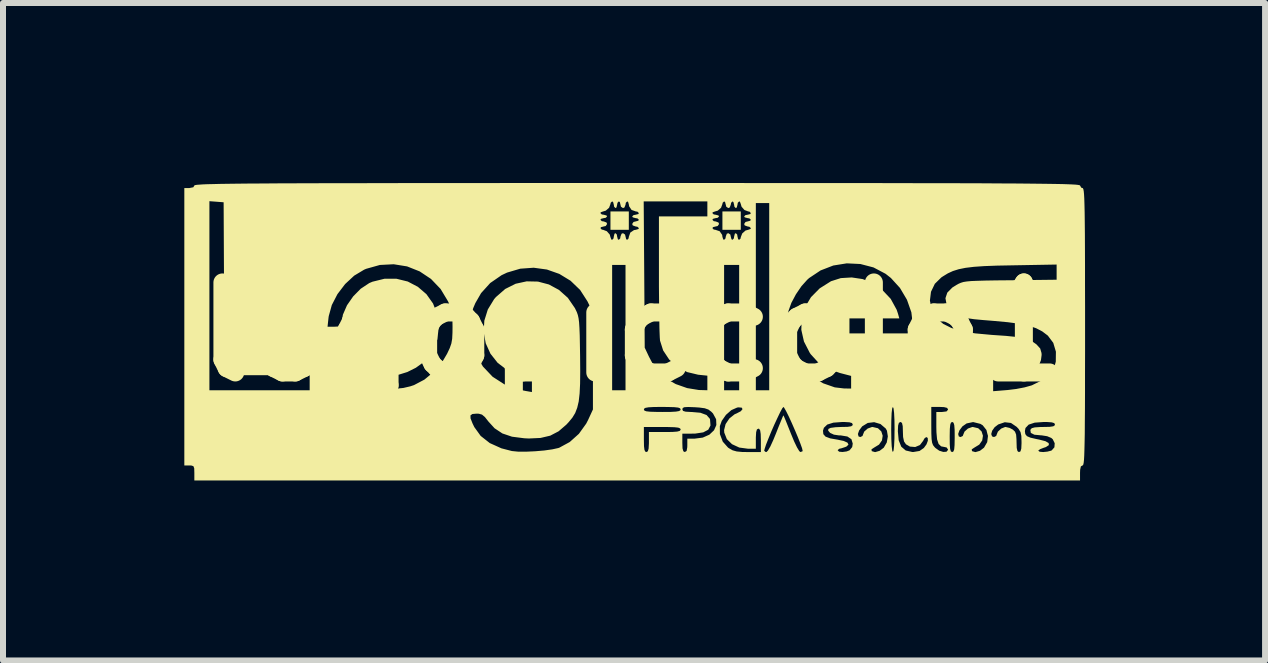
<source format=kicad_pcb>
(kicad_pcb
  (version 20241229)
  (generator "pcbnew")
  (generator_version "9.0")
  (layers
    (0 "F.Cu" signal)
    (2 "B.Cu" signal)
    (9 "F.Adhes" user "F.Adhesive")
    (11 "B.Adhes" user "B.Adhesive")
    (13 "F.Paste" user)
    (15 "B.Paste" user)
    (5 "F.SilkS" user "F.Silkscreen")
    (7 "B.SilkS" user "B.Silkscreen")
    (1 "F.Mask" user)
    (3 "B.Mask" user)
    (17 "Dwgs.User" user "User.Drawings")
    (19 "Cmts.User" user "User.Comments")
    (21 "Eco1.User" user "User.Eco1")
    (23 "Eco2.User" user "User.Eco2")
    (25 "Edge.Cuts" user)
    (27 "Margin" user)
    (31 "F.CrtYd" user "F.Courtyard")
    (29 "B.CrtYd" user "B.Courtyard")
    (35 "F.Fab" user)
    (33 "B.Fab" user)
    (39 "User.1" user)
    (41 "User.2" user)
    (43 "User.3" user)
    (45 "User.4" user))
  (footprint "logopiccolo1"
    (layer "F.Cu")
    (at 7.514 2.479)
    (property "Reference" "logopiccolo1" (at 0 0 0) (layer "F.SilkS") (effects (font (size 1.5 1.5) (thickness 0.3))))
    (attr board_only exclude_from_pos_files exclude_from_bom)
    (fp_poly (pts (xy -0.084 -1.852) (xy -0.084 -1.699) (xy -0.237 -1.699) (xy -0.39 -1.699) (xy -0.39 -1.852) (xy -0.39 -2.005) (xy -0.237 -2.005) (xy -0.084 -2.005)) (stroke (width 0) (type solid)) (fill yes) (layer "F.SilkS"))
    (fp_poly (pts (xy 1.782 -1.852) (xy 1.782 -1.699) (xy 1.629 -1.699) (xy 1.476 -1.699) (xy 1.476 -1.852) (xy 1.476 -2.005) (xy 1.629 -2.005) (xy 1.782 -2.005)) (stroke (width 0) (type solid)) (fill yes) (layer "F.SilkS"))
    (fp_poly (pts (xy 0.82 -2.479) (xy 1.53 -2.479) (xy 2.189 -2.478) (xy 2.798 -2.478) (xy 3.358 -2.478) (xy 3.873 -2.478) (xy 4.343 -2.477) (xy 4.771 -2.476) (xy 5.159 -2.476) (xy 5.508 -2.475) (xy 5.821 -2.474) (xy 6.099 -2.472) (xy 6.344 -2.471) (xy 6.559 -2.469) (xy 6.745 -2.467) (xy 6.903 -2.465) (xy 7.037 -2.463) (xy 7.148 -2.461) (xy 7.237 -2.458) (xy 7.307 -2.455) (xy 7.36 -2.452) (xy 7.397 -2.448) (xy 7.421 -2.444) (xy 7.434 -2.44) (xy 7.436 -2.437) (xy 7.458 -2.4) (xy 7.478 -2.395) (xy 7.485 -2.39) (xy 7.492 -2.373) (xy 7.498 -2.341) (xy 7.503 -2.289) (xy 7.507 -2.215) (xy 7.51 -2.116) (xy 7.513 -1.987) (xy 7.515 -1.825) (xy 7.517 -1.628) (xy 7.518 -1.391) (xy 7.519 -1.111) (xy 7.519 -0.785) (xy 7.52 -0.41) (xy 7.52 -0.084) (xy 7.52 0.333) (xy 7.519 0.697) (xy 7.519 1.012) (xy 7.518 1.281) (xy 7.516 1.509) (xy 7.515 1.698) (xy 7.512 1.852) (xy 7.509 1.974) (xy 7.506 2.067) (xy 7.502 2.136) (xy 7.497 2.182) (xy 7.491 2.211) (xy 7.484 2.225) (xy 7.478 2.228) (xy 7.45 2.244) (xy 7.438 2.3) (xy 7.436 2.353) (xy 7.436 2.479) (xy 0.056 2.479) (xy -7.325 2.479) (xy -7.325 2.353) (xy -7.327 2.276) (xy -7.341 2.24) (xy -7.377 2.229) (xy -7.408 2.228) (xy -7.492 2.228) (xy -7.492 1.394) (xy -2.723 1.394) (xy -2.722 1.443) (xy -2.689 1.527) (xy -2.659 1.589) (xy -2.553 1.736) (xy -2.402 1.855) (xy -2.207 1.943) (xy -2.033 1.988) (xy -1.933 1.998) (xy -1.798 1.999) (xy -1.646 1.992) (xy -1.494 1.979) (xy -1.359 1.96) (xy -1.259 1.938) (xy -1.242 1.932) (xy -1.069 1.838) (xy -1.022 1.796) (xy 0.167 1.796) (xy 0.169 1.907) (xy 0.177 1.971) (xy 0.193 2) (xy 0.209 2.005) (xy 0.233 1.992) (xy 0.246 1.947) (xy 0.251 1.858) (xy 0.251 1.838) (xy 0.251 1.671) (xy 0.515 1.671) (xy 0.641 1.67) (xy 0.721 1.664) (xy 0.764 1.653) (xy 0.779 1.635) (xy 0.78 1.629) (xy 0.771 1.611) (xy 0.739 1.598) (xy 0.675 1.591) (xy 0.569 1.588) (xy 0.473 1.587) (xy 0.167 1.587) (xy 0.167 1.796) (xy -1.022 1.796) (xy -0.916 1.701) (xy -0.794 1.531) (xy -0.763 1.471) (xy -0.682 1.295) (xy 0.167 1.295) (xy 0.176 1.314) (xy 0.208 1.326) (xy 0.272 1.333) (xy 0.378 1.336) (xy 0.473 1.337) (xy 0.611 1.336) (xy 0.701 1.331) (xy 0.753 1.322) (xy 0.776 1.308) (xy 0.78 1.295) (xy 0.778 1.292) (xy 0.808 1.292) (xy 0.819 1.319) (xy 0.861 1.332) (xy 0.946 1.337) (xy 0.96 1.337) (xy 1.109 1.35) (xy 1.212 1.388) (xy 1.266 1.45) (xy 1.27 1.465) (xy 1.277 1.563) (xy 1.24 1.633) (xy 1.156 1.677) (xy 1.024 1.697) (xy 0.968 1.698) (xy 0.808 1.699) (xy 0.808 1.852) (xy 0.811 1.944) (xy 0.825 1.992) (xy 0.849 2.005) (xy 0.879 1.987) (xy 0.89 1.926) (xy 0.891 1.894) (xy 0.891 1.782) (xy 1.01 1.782) (xy 1.149 1.764) (xy 1.259 1.715) (xy 1.336 1.642) (xy 1.367 1.573) (xy 1.433 1.573) (xy 1.434 1.706) (xy 1.482 1.832) (xy 1.57 1.931) (xy 1.586 1.942) (xy 1.646 1.976) (xy 1.714 1.995) (xy 1.807 2.004) (xy 1.898 2.005) (xy 2.117 2.005) (xy 2.117 1.984) (xy 2.172 1.984) (xy 2.195 2.003) (xy 2.21 2.005) (xy 2.235 1.98) (xy 2.275 1.911) (xy 2.323 1.806) (xy 2.367 1.699) (xy 2.414 1.58) (xy 2.454 1.482) (xy 2.481 1.416) (xy 2.493 1.393) (xy 2.504 1.417) (xy 2.532 1.483) (xy 2.571 1.581) (xy 2.618 1.699) (xy 2.671 1.827) (xy 2.719 1.927) (xy 2.756 1.988) (xy 2.775 2.005) (xy 2.81 1.993) (xy 2.813 1.984) (xy 2.803 1.94) (xy 2.774 1.86) (xy 2.733 1.756) (xy 2.688 1.649) (xy 3.152 1.649) (xy 3.158 1.707) (xy 3.195 1.748) (xy 3.272 1.777) (xy 3.393 1.798) (xy 3.497 1.82) (xy 3.56 1.848) (xy 3.577 1.881) (xy 3.545 1.912) (xy 3.524 1.921) (xy 3.461 1.942) (xy 3.424 1.95) (xy 3.399 1.971) (xy 3.398 1.977) (xy 3.421 1.999) (xy 3.477 2.004) (xy 3.546 1.995) (xy 3.595 1.976) (xy 3.639 1.922) (xy 3.648 1.864) (xy 3.626 1.791) (xy 3.559 1.746) (xy 3.444 1.727) (xy 3.415 1.727) (xy 3.334 1.715) (xy 3.311 1.704) (xy 3.734 1.704) (xy 3.745 1.745) (xy 3.774 1.755) (xy 3.811 1.737) (xy 3.816 1.722) (xy 3.839 1.664) (xy 3.897 1.613) (xy 3.967 1.588) (xy 3.978 1.587) (xy 4.068 1.608) (xy 4.124 1.661) (xy 4.147 1.733) (xy 4.135 1.811) (xy 4.086 1.881) (xy 4.004 1.931) (xy 3.96 1.96) (xy 3.965 1.99) (xy 4.016 2.005) (xy 4.026 2.005) (xy 4.097 1.984) (xy 4.165 1.932) (xy 4.215 1.846) (xy 4.233 1.744) (xy 4.218 1.649) (xy 4.207 1.629) (xy 4.289 1.629) (xy 4.291 1.788) (xy 4.297 1.907) (xy 4.306 1.981) (xy 4.317 2.005) (xy 4.329 1.978) (xy 4.337 1.901) (xy 4.343 1.779) (xy 4.344 1.658) (xy 4.4 1.658) (xy 4.4 1.659) (xy 4.414 1.81) (xy 4.457 1.916) (xy 4.531 1.979) (xy 4.64 2.004) (xy 4.659 2.004) (xy 4.761 1.987) (xy 4.833 1.937) (xy 4.877 1.877) (xy 4.9 1.816) (xy 4.898 1.77) (xy 4.873 1.755) (xy 4.843 1.778) (xy 4.82 1.82) (xy 4.768 1.888) (xy 4.689 1.921) (xy 4.601 1.914) (xy 4.535 1.876) (xy 4.503 1.829) (xy 4.487 1.754) (xy 4.484 1.667) (xy 4.481 1.571) (xy 4.478 1.561) (xy 4.957 1.561) (xy 4.958 1.697) (xy 4.962 1.789) (xy 4.971 1.85) (xy 4.987 1.891) (xy 5.013 1.924) (xy 5.026 1.937) (xy 5.089 1.982) (xy 5.156 2.003) (xy 5.21 2) (xy 5.236 1.969) (xy 5.236 1.963) (xy 5.213 1.929) (xy 5.182 1.922) (xy 5.121 1.91) (xy 5.079 1.87) (xy 5.054 1.795) (xy 5.05 1.755) (xy 5.264 1.755) (xy 5.265 1.877) (xy 5.271 1.953) (xy 5.283 1.993) (xy 5.303 2.005) (xy 5.306 2.005) (xy 5.326 1.995) (xy 5.339 1.96) (xy 5.345 1.889) (xy 5.347 1.773) (xy 5.347 1.755) (xy 5.347 1.704) (xy 5.405 1.704) (xy 5.416 1.745) (xy 5.445 1.755) (xy 5.482 1.737) (xy 5.487 1.722) (xy 5.511 1.664) (xy 5.568 1.613) (xy 5.638 1.588) (xy 5.649 1.587) (xy 5.739 1.608) (xy 5.795 1.661) (xy 5.818 1.733) (xy 5.806 1.811) (xy 5.757 1.881) (xy 5.675 1.931) (xy 5.631 1.96) (xy 5.636 1.99) (xy 5.688 2.005) (xy 5.697 2.005) (xy 5.768 1.984) (xy 5.836 1.932) (xy 5.889 1.84) (xy 5.902 1.736) (xy 5.893 1.705) (xy 5.956 1.705) (xy 5.97 1.744) (xy 6.002 1.755) (xy 6.039 1.737) (xy 6.044 1.722) (xy 6.067 1.665) (xy 6.122 1.614) (xy 6.186 1.588) (xy 6.195 1.587) (xy 6.263 1.603) (xy 6.316 1.631) (xy 6.352 1.665) (xy 6.371 1.714) (xy 6.377 1.795) (xy 6.378 1.84) (xy 6.381 1.936) (xy 6.393 1.988) (xy 6.415 2.005) (xy 6.42 2.005) (xy 6.444 1.993) (xy 6.457 1.947) (xy 6.461 1.859) (xy 6.461 1.836) (xy 6.458 1.736) (xy 6.444 1.671) (xy 6.435 1.657) (xy 6.517 1.657) (xy 6.524 1.706) (xy 6.551 1.74) (xy 6.609 1.765) (xy 6.708 1.788) (xy 6.754 1.797) (xy 6.859 1.824) (xy 6.913 1.855) (xy 6.917 1.889) (xy 6.867 1.922) (xy 6.83 1.934) (xy 6.769 1.958) (xy 6.74 1.981) (xy 6.74 1.983) (xy 6.764 2) (xy 6.821 2.005) (xy 6.891 1.998) (xy 6.954 1.982) (xy 6.965 1.976) (xy 7.009 1.926) (xy 7.014 1.858) (xy 6.981 1.791) (xy 6.957 1.77) (xy 6.888 1.741) (xy 6.799 1.727) (xy 6.782 1.726) (xy 6.675 1.716) (xy 6.616 1.686) (xy 6.608 1.637) (xy 6.61 1.632) (xy 6.632 1.607) (xy 6.681 1.594) (xy 6.771 1.588) (xy 6.823 1.587) (xy 6.929 1.585) (xy 6.99 1.576) (xy 7.015 1.559) (xy 7.018 1.546) (xy 7.007 1.523) (xy 6.965 1.51) (xy 6.882 1.504) (xy 6.83 1.504) (xy 6.68 1.515) (xy 6.58 1.548) (xy 6.527 1.604) (xy 6.517 1.657) (xy 6.435 1.657) (xy 6.412 1.619) (xy 6.38 1.585) (xy 6.285 1.52) (xy 6.182 1.508) (xy 6.073 1.545) (xy 6.013 1.591) (xy 5.972 1.649) (xy 5.956 1.705) (xy 5.893 1.705) (xy 5.876 1.637) (xy 5.814 1.559) (xy 5.775 1.535) (xy 5.654 1.505) (xy 5.546 1.528) (xy 5.476 1.577) (xy 5.426 1.644) (xy 5.405 1.704) (xy 5.347 1.704) (xy 5.346 1.632) (xy 5.34 1.556) (xy 5.328 1.517) (xy 5.309 1.504) (xy 5.306 1.504) (xy 5.285 1.514) (xy 5.273 1.549) (xy 5.266 1.62) (xy 5.264 1.736) (xy 5.264 1.755) (xy 5.05 1.755) (xy 5.043 1.676) (xy 5.041 1.586) (xy 5.041 1.337) (xy 5.138 1.337) (xy 5.211 1.328) (xy 5.236 1.299) (xy 5.236 1.295) (xy 5.221 1.269) (xy 5.169 1.256) (xy 5.097 1.253) (xy 4.957 1.253) (xy 4.957 1.561) (xy 4.478 1.561) (xy 4.469 1.52) (xy 4.446 1.504) (xy 4.442 1.504) (xy 4.417 1.518) (xy 4.404 1.565) (xy 4.4 1.658) (xy 4.344 1.658) (xy 4.345 1.629) (xy 4.343 1.47) (xy 4.337 1.351) (xy 4.328 1.277) (xy 4.317 1.253) (xy 4.305 1.28) (xy 4.296 1.357) (xy 4.291 1.479) (xy 4.289 1.629) (xy 4.207 1.629) (xy 4.198 1.613) (xy 4.11 1.538) (xy 4.005 1.507) (xy 3.898 1.52) (xy 3.805 1.577) (xy 3.755 1.644) (xy 3.734 1.704) (xy 3.311 1.704) (xy 3.271 1.686) (xy 3.238 1.647) (xy 3.242 1.62) (xy 3.28 1.602) (xy 3.363 1.591) (xy 3.455 1.587) (xy 3.561 1.585) (xy 3.621 1.576) (xy 3.646 1.558) (xy 3.648 1.546) (xy 3.636 1.522) (xy 3.592 1.509) (xy 3.506 1.504) (xy 3.474 1.504) (xy 3.325 1.515) (xy 3.223 1.547) (xy 3.167 1.601) (xy 3.152 1.649) (xy 2.688 1.649) (xy 2.684 1.64) (xy 2.632 1.521) (xy 2.582 1.412) (xy 2.538 1.324) (xy 2.506 1.268) (xy 2.493 1.253) (xy 2.473 1.277) (xy 2.438 1.342) (xy 2.393 1.436) (xy 2.341 1.548) (xy 2.289 1.667) (xy 2.242 1.782) (xy 2.203 1.881) (xy 2.179 1.954) (xy 2.172 1.984) (xy 2.117 1.984) (xy 2.117 1.81) (xy 2.114 1.704) (xy 2.105 1.644) (xy 2.088 1.618) (xy 2.075 1.615) (xy 2.051 1.628) (xy 2.038 1.674) (xy 2.033 1.762) (xy 2.033 1.782) (xy 2.033 1.95) (xy 1.905 1.95) (xy 1.757 1.93) (xy 1.636 1.874) (xy 1.55 1.79) (xy 1.507 1.682) (xy 1.504 1.638) (xy 1.529 1.539) (xy 1.592 1.445) (xy 1.68 1.375) (xy 1.711 1.362) (xy 1.782 1.325) (xy 1.811 1.29) (xy 1.798 1.265) (xy 1.741 1.26) (xy 1.72 1.264) (xy 1.625 1.306) (xy 1.535 1.385) (xy 1.465 1.485) (xy 1.433 1.573) (xy 1.367 1.573) (xy 1.375 1.554) (xy 1.371 1.458) (xy 1.319 1.362) (xy 1.291 1.333) (xy 1.243 1.297) (xy 1.181 1.275) (xy 1.09 1.263) (xy 1.015 1.258) (xy 0.907 1.254) (xy 0.844 1.257) (xy 0.815 1.27) (xy 0.808 1.292) (xy 0.778 1.292) (xy 0.771 1.276) (xy 0.739 1.264) (xy 0.675 1.257) (xy 0.569 1.254) (xy 0.473 1.253) (xy 0.336 1.254) (xy 0.246 1.259) (xy 0.194 1.268) (xy 0.171 1.282) (xy 0.167 1.295) (xy -0.682 1.295) (xy -0.682 0.487) (xy -0.682 -0.07) (xy -0.362 -0.07) (xy -0.362 0.975) (xy -0.251 0.975) (xy -0.139 0.975) (xy -0.139 -0.07) (xy -0.139 -1.114) (xy -0.251 -1.114) (xy -0.362 -1.114) (xy -0.362 -0.07) (xy -0.682 -0.07) (xy -0.682 -0.321) (xy -0.774 -0.508) (xy -0.896 -0.697) (xy -1.055 -0.85) (xy -1.242 -0.964) (xy -1.449 -1.037) (xy -1.669 -1.067) (xy -1.893 -1.051) (xy -2.113 -0.986) (xy -2.204 -0.943) (xy -2.394 -0.812) (xy -2.546 -0.644) (xy -2.642 -0.477) (xy -2.678 -0.392) (xy -2.7 -0.312) (xy -2.712 -0.22) (xy -2.715 -0.097) (xy -2.715 -0.056) (xy -2.713 0.079) (xy -2.704 0.178) (xy -2.686 0.259) (xy -2.654 0.34) (xy -2.641 0.367) (xy -2.515 0.58) (xy -2.354 0.75) (xy -2.158 0.876) (xy -1.925 0.962) (xy -1.803 0.987) (xy -1.699 1.005) (xy -1.699 0.882) (xy -1.699 0.759) (xy -1.831 0.741) (xy -1.933 0.716) (xy -2.047 0.672) (xy -2.108 0.641) (xy -2.27 0.518) (xy -2.39 0.366) (xy -2.469 0.192) (xy -2.503 0.005) (xy -2.492 -0.185) (xy -2.434 -0.371) (xy -2.329 -0.543) (xy -2.299 -0.578) (xy -2.144 -0.713) (xy -1.97 -0.8) (xy -1.786 -0.84) (xy -1.598 -0.836) (xy -1.416 -0.788) (xy -1.248 -0.697) (xy -1.1 -0.565) (xy -0.982 -0.393) (xy -0.972 -0.372) (xy -0.95 -0.326) (xy -0.934 -0.28) (xy -0.922 -0.227) (xy -0.913 -0.159) (xy -0.907 -0.066) (xy -0.902 0.059) (xy -0.899 0.225) (xy -0.896 0.404) (xy -0.894 0.658) (xy -0.896 0.864) (xy -0.904 1.029) (xy -0.919 1.161) (xy -0.944 1.267) (xy -0.978 1.355) (xy -1.025 1.432) (xy -1.085 1.505) (xy -1.126 1.549) (xy -1.254 1.659) (xy -1.394 1.732) (xy -1.556 1.77) (xy -1.752 1.779) (xy -1.829 1.775) (xy -2.031 1.749) (xy -2.191 1.695) (xy -2.321 1.609) (xy -2.423 1.497) (xy -2.483 1.421) (xy -2.531 1.381) (xy -2.584 1.366) (xy -2.625 1.365) (xy -2.691 1.371) (xy -2.723 1.394) (xy -7.492 1.394) (xy -7.492 -0.084) (xy -7.492 -0.6) (xy -7.074 -0.6) (xy -7.074 0.975) (xy -6.239 0.975) (xy -5.403 0.975) (xy -5.403 0.849) (xy -5.403 0.724) (xy -6.113 0.724) (xy -6.823 0.724) (xy -6.827 -0.084) (xy -5.105 -0.084) (xy -4.989 -0.084) (xy -4.914 -0.088) (xy -4.88 -0.107) (xy -4.874 -0.134) (xy -4.849 -0.285) (xy -4.781 -0.441) (xy -4.678 -0.589) (xy -4.552 -0.717) (xy -4.41 -0.811) (xy -4.356 -0.834) (xy -4.153 -0.884) (xy -3.955 -0.883) (xy -3.768 -0.837) (xy -3.6 -0.749) (xy -3.457 -0.626) (xy -3.347 -0.471) (xy -3.276 -0.289) (xy -3.251 -0.085) (xy -3.251 -0.084) (xy -3.275 0.127) (xy -3.349 0.313) (xy -3.472 0.475) (xy -3.51 0.511) (xy -3.633 0.6) (xy -3.775 0.671) (xy -3.916 0.715) (xy -4 0.724) (xy -4.043 0.731) (xy -4.062 0.761) (xy -4.066 0.83) (xy -4.066 0.836) (xy -4.066 0.947) (xy -3.942 0.947) (xy -3.843 0.937) (xy -3.727 0.91) (xy -3.664 0.889) (xy -3.491 0.798) (xy -3.329 0.664) (xy -3.191 0.499) (xy -3.113 0.367) (xy -3.069 0.274) (xy -3.042 0.197) (xy -3.028 0.118) (xy -3.023 0.016) (xy -3.022 -0.083) (xy -3.024 -0.218) (xy -3.033 -0.317) (xy -3.052 -0.398) (xy -3.085 -0.481) (xy -3.097 -0.507) (xy -3.221 -0.713) (xy -3.381 -0.88) (xy -3.57 -1.006) (xy -3.779 -1.089) (xy -4.003 -1.125) (xy -4.233 -1.113) (xy -4.461 -1.049) (xy -4.496 -1.034) (xy -4.661 -0.935) (xy -4.812 -0.795) (xy -4.94 -0.627) (xy -5.034 -0.445) (xy -5.085 -0.261) (xy -5.089 -0.233) (xy -5.105 -0.084) (xy -6.827 -0.084) (xy -6.83 -0.717) (xy -6.836 -1.977) (xy -0.557 -1.977) (xy -0.534 -1.955) (xy -0.501 -1.95) (xy -0.456 -1.938) (xy -0.446 -1.922) (xy -0.469 -1.899) (xy -0.501 -1.894) (xy -0.547 -1.882) (xy -0.557 -1.866) (xy -0.534 -1.843) (xy -0.501 -1.838) (xy -0.456 -1.821) (xy -0.446 -1.796) (xy -0.469 -1.762) (xy -0.501 -1.755) (xy -0.547 -1.743) (xy -0.557 -1.727) (xy -0.534 -1.702) (xy -0.513 -1.699) (xy -0.45 -1.675) (xy -0.402 -1.62) (xy -0.39 -1.576) (xy -0.375 -1.537) (xy -0.362 -1.532) (xy -0.339 -1.555) (xy -0.334 -1.587) (xy -0.323 -1.633) (xy -0.306 -1.643) (xy -0.284 -1.62) (xy -0.279 -1.587) (xy -0.267 -1.542) (xy -0.251 -1.532) (xy -0.228 -1.555) (xy -0.223 -1.587) (xy -0.205 -1.633) (xy -0.181 -1.643) (xy -0.147 -1.62) (xy -0.139 -1.587) (xy -0.128 -1.542) (xy -0.111 -1.532) (xy -0.088 -1.555) (xy -0.084 -1.582) (xy -0.059 -1.653) (xy 0.002 -1.694) (xy 0.033 -1.699) (xy 0.076 -1.712) (xy 0.084 -1.727) (xy 0.06 -1.749) (xy 0.028 -1.755) (xy -0.018 -1.772) (xy -0.028 -1.796) (xy -0.005 -1.83) (xy 0.028 -1.838) (xy 0.073 -1.85) (xy 0.084 -1.866) (xy 0.06 -1.889) (xy 0.028 -1.894) (xy -0.017 -1.906) (xy -0.028 -1.922) (xy -0.005 -1.944) (xy 0.028 -1.95) (xy 0.073 -1.961) (xy 0.084 -1.977) (xy 0.06 -2.001) (xy 0.033 -2.005) (xy -0.038 -2.03) (xy -0.079 -2.091) (xy -0.084 -2.122) (xy -0.096 -2.164) (xy -0.111 -2.172) (xy 0.164 -2.172) (xy 0.173 -0.954) (xy 0.181 0.265) (xy 0.253 0.418) (xy 0.307 0.52) (xy 0.368 0.616) (xy 0.402 0.662) (xy 0.531 0.778) (xy 0.698 0.872) (xy 0.888 0.939) (xy 1.084 0.971) (xy 1.121 0.972) (xy 1.225 0.975) (xy 1.225 0.853) (xy 1.225 0.732) (xy 1.071 0.716) (xy 0.888 0.672) (xy 0.724 0.585) (xy 0.588 0.462) (xy 0.488 0.311) (xy 0.436 0.147) (xy 0.432 0.095) (xy 0.428 -0.006) (xy 0.426 -0.07) (xy 1.504 -0.07) (xy 1.504 0.975) (xy 1.629 0.975) (xy 1.755 0.975) (xy 1.755 -0.07) (xy 1.755 -0.585) (xy 2.033 -0.585) (xy 2.033 0.975) (xy 2.145 0.975) (xy 2.256 0.975) (xy 2.256 -0.082) (xy 2.56 -0.082) (xy 2.571 0.071) (xy 2.593 0.204) (xy 2.602 0.235) (xy 2.687 0.43) (xy 2.814 0.604) (xy 2.972 0.749) (xy 3.154 0.859) (xy 3.349 0.927) (xy 3.502 0.945) (xy 3.621 0.947) (xy 3.621 0.842) (xy 3.621 0.736) (xy 3.433 0.687) (xy 3.233 0.616) (xy 3.075 0.514) (xy 2.948 0.375) (xy 2.932 0.352) (xy 2.835 0.163) (xy 2.791 -0.031) (xy 2.797 -0.223) (xy 2.851 -0.407) (xy 2.952 -0.576) (xy 3.097 -0.723) (xy 3.284 -0.841) (xy 3.286 -0.842) (xy 3.449 -0.894) (xy 3.631 -0.905) (xy 3.812 -0.878) (xy 3.947 -0.827) (xy 4.135 -0.703) (xy 4.281 -0.548) (xy 4.38 -0.367) (xy 4.402 -0.301) (xy 4.424 -0.223) (xy 4.009 -0.223) (xy 3.593 -0.223) (xy 3.593 -0.097) (xy 3.593 0.028) (xy 4.122 0.028) (xy 4.651 0.028) (xy 4.651 -0.108) (xy 4.625 -0.324) (xy 4.557 -0.518) (xy 4.934 -0.518) (xy 4.966 -0.365) (xy 4.985 -0.322) (xy 5.055 -0.217) (xy 5.156 -0.131) (xy 5.292 -0.063) (xy 5.468 -0.011) (xy 5.688 0.027) (xy 5.958 0.052) (xy 6 0.055) (xy 6.203 0.069) (xy 6.359 0.085) (xy 6.478 0.104) (xy 6.569 0.129) (xy 6.641 0.162) (xy 6.702 0.205) (xy 6.711 0.212) (xy 6.772 0.279) (xy 6.794 0.354) (xy 6.796 0.386) (xy 6.785 0.472) (xy 6.758 0.542) (xy 6.755 0.547) (xy 6.684 0.61) (xy 6.569 0.666) (xy 6.423 0.71) (xy 6.257 0.739) (xy 6.21 0.743) (xy 5.988 0.76) (xy 5.988 0.875) (xy 5.988 0.991) (xy 6.232 0.971) (xy 6.372 0.954) (xy 6.512 0.927) (xy 6.627 0.895) (xy 6.637 0.891) (xy 6.804 0.808) (xy 6.93 0.704) (xy 7.009 0.582) (xy 7.032 0.499) (xy 7.034 0.332) (xy 6.99 0.185) (xy 6.902 0.068) (xy 6.895 0.061) (xy 6.806 -0.006) (xy 6.704 -0.059) (xy 6.58 -0.101) (xy 6.426 -0.133) (xy 6.232 -0.159) (xy 5.993 -0.181) (xy 5.809 -0.196) (xy 5.671 -0.209) (xy 5.569 -0.224) (xy 5.492 -0.24) (xy 5.43 -0.261) (xy 5.381 -0.284) (xy 5.285 -0.346) (xy 5.228 -0.418) (xy 5.213 -0.451) (xy 5.193 -0.559) (xy 5.224 -0.652) (xy 5.308 -0.737) (xy 5.375 -0.779) (xy 5.413 -0.8) (xy 5.45 -0.816) (xy 5.492 -0.829) (xy 5.548 -0.838) (xy 5.623 -0.845) (xy 5.725 -0.849) (xy 5.861 -0.853) (xy 6.038 -0.856) (xy 6.264 -0.858) (xy 6.273 -0.858) (xy 7.046 -0.867) (xy 7.046 -0.994) (xy 7.046 -1.12) (xy 6.315 -1.107) (xy 6.053 -1.102) (xy 5.84 -1.094) (xy 5.667 -1.082) (xy 5.527 -1.065) (xy 5.414 -1.042) (xy 5.318 -1.012) (xy 5.233 -0.973) (xy 5.151 -0.923) (xy 5.124 -0.905) (xy 5.016 -0.799) (xy 4.952 -0.666) (xy 4.934 -0.518) (xy 4.557 -0.518) (xy 4.55 -0.536) (xy 4.435 -0.73) (xy 4.284 -0.896) (xy 4.195 -0.966) (xy 3.994 -1.072) (xy 3.775 -1.129) (xy 3.549 -1.14) (xy 3.324 -1.104) (xy 3.112 -1.022) (xy 2.921 -0.895) (xy 2.889 -0.866) (xy 2.793 -0.759) (xy 2.701 -0.624) (xy 2.625 -0.481) (xy 2.579 -0.353) (xy 2.578 -0.35) (xy 2.562 -0.23) (xy 2.56 -0.082) (xy 2.256 -0.082) (xy 2.256 -0.585) (xy 2.256 -2.145) (xy 2.145 -2.145) (xy 2.033 -2.145) (xy 2.033 -0.585) (xy 1.755 -0.585) (xy 1.755 -1.114) (xy 1.629 -1.114) (xy 1.504 -1.114) (xy 1.504 -0.07) (xy 0.426 -0.07) (xy 0.425 -0.148) (xy 0.422 -0.324) (xy 0.42 -0.526) (xy 0.418 -0.749) (xy 0.418 -0.94) (xy 0.418 -1.922) (xy 0.822 -1.922) (xy 1.225 -1.922) (xy 1.225 -1.977) (xy 1.309 -1.977) (xy 1.332 -1.955) (xy 1.365 -1.95) (xy 1.41 -1.938) (xy 1.42 -1.922) (xy 1.397 -1.899) (xy 1.365 -1.894) (xy 1.319 -1.882) (xy 1.309 -1.866) (xy 1.332 -1.843) (xy 1.365 -1.838) (xy 1.41 -1.821) (xy 1.42 -1.796) (xy 1.397 -1.762) (xy 1.365 -1.755) (xy 1.319 -1.743) (xy 1.309 -1.727) (xy 1.332 -1.703) (xy 1.359 -1.699) (xy 1.43 -1.675) (xy 1.472 -1.614) (xy 1.476 -1.582) (xy 1.489 -1.54) (xy 1.504 -1.532) (xy 1.527 -1.555) (xy 1.532 -1.587) (xy 1.549 -1.633) (xy 1.574 -1.643) (xy 1.608 -1.62) (xy 1.615 -1.587) (xy 1.627 -1.542) (xy 1.643 -1.532) (xy 1.666 -1.555) (xy 1.671 -1.587) (xy 1.683 -1.633) (xy 1.699 -1.643) (xy 1.722 -1.62) (xy 1.727 -1.587) (xy 1.738 -1.542) (xy 1.755 -1.532) (xy 1.779 -1.554) (xy 1.782 -1.576) (xy 1.806 -1.638) (xy 1.861 -1.687) (xy 1.906 -1.699) (xy 1.944 -1.713) (xy 1.95 -1.727) (xy 1.926 -1.749) (xy 1.894 -1.755) (xy 1.848 -1.772) (xy 1.838 -1.796) (xy 1.861 -1.83) (xy 1.894 -1.838) (xy 1.939 -1.85) (xy 1.95 -1.866) (xy 1.926 -1.889) (xy 1.894 -1.894) (xy 1.849 -1.906) (xy 1.838 -1.922) (xy 1.861 -1.944) (xy 1.894 -1.95) (xy 1.939 -1.961) (xy 1.95 -1.977) (xy 1.927 -2.002) (xy 1.906 -2.005) (xy 1.843 -2.029) (xy 1.795 -2.084) (xy 1.782 -2.129) (xy 1.768 -2.167) (xy 1.755 -2.172) (xy 1.732 -2.149) (xy 1.727 -2.117) (xy 1.715 -2.071) (xy 1.699 -2.061) (xy 1.676 -2.084) (xy 1.671 -2.117) (xy 1.659 -2.162) (xy 1.643 -2.172) (xy 1.621 -2.149) (xy 1.615 -2.117) (xy 1.598 -2.071) (xy 1.574 -2.061) (xy 1.54 -2.084) (xy 1.532 -2.117) (xy 1.52 -2.162) (xy 1.504 -2.172) (xy 1.48 -2.15) (xy 1.476 -2.129) (xy 1.453 -2.066) (xy 1.398 -2.018) (xy 1.353 -2.005) (xy 1.314 -1.991) (xy 1.309 -1.977) (xy 1.225 -1.977) (xy 1.225 -2.047) (xy 1.225 -2.172) (xy 0.695 -2.172) (xy 0.164 -2.172) (xy -0.111 -2.172) (xy -0.134 -2.149) (xy -0.139 -2.117) (xy -0.157 -2.071) (xy -0.181 -2.061) (xy -0.215 -2.084) (xy -0.223 -2.117) (xy -0.234 -2.162) (xy -0.251 -2.172) (xy -0.273 -2.149) (xy -0.279 -2.117) (xy -0.29 -2.071) (xy -0.306 -2.061) (xy -0.329 -2.084) (xy -0.334 -2.117) (xy -0.346 -2.162) (xy -0.362 -2.172) (xy -0.386 -2.15) (xy -0.39 -2.129) (xy -0.413 -2.066) (xy -0.468 -2.018) (xy -0.513 -2.005) (xy -0.552 -1.991) (xy -0.557 -1.977) (xy -6.836 -1.977) (xy -6.837 -2.158) (xy -6.956 -2.167) (xy -7.074 -2.176) (xy -7.074 -0.6) (xy -7.492 -0.6) (xy -7.492 -2.395) (xy -7.408 -2.395) (xy -7.342 -2.408) (xy -7.325 -2.437) (xy -7.32 -2.441) (xy -7.306 -2.445) (xy -7.279 -2.449) (xy -7.239 -2.452) (xy -7.182 -2.456) (xy -7.108 -2.459) (xy -7.015 -2.461) (xy -6.899 -2.464) (xy -6.76 -2.466) (xy -6.596 -2.468) (xy -6.404 -2.47) (xy -6.183 -2.471) (xy -5.931 -2.473) (xy -5.645 -2.474) (xy -5.325 -2.475) (xy -4.968 -2.476) (xy -4.572 -2.476) (xy -4.135 -2.477) (xy -3.655 -2.478) (xy -3.131 -2.478) (xy -2.56 -2.478) (xy -1.941 -2.479) (xy -1.271 -2.479) (xy -0.549 -2.479) (xy 0.056 -2.479)) (stroke (width 0) (type solid)) (fill yes) (layer "F.SilkS")))
  (gr_rect
    (start -3 -3)
    (end 18.034 7.957)
    (stroke (width 0.1) (type default))
    (fill no)
    (layer "Edge.Cuts")))
</source>
